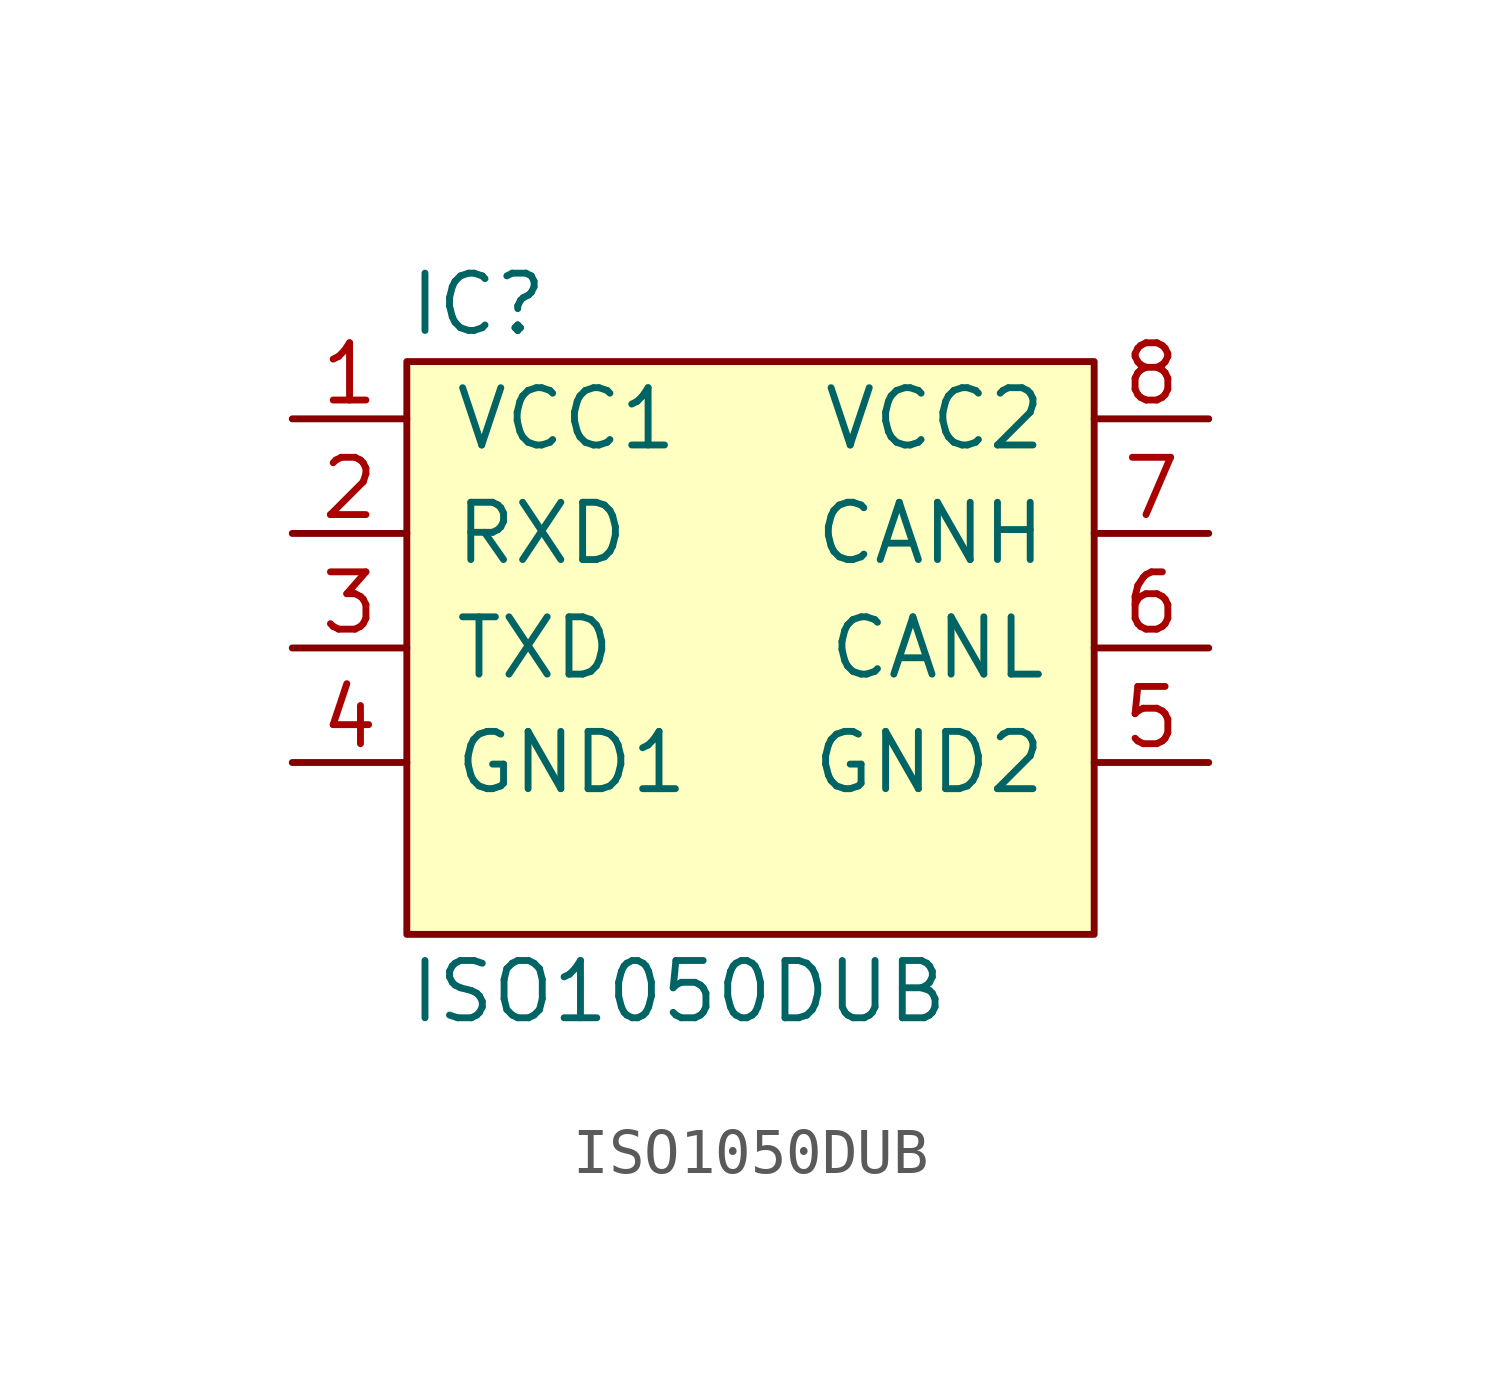
<source format=kicad_sym>
(kicad_symbol_lib
  (version 20211014)
  (generator agg_kicad.build_lib_ic)
  (symbol "ISO1050DUB"
    (pin_names
      (offset 1.016))
    (property Reference IC
      (at -7.62 7.62 0)
      (effects (font (size 1.27 1.27)) (justify left)))
    (property Value "ISO1050DUB"
      (at -7.62 -7.62 0)
      (effects (font (size 1.27 1.27)) (justify left)))
    (symbol "ISO1050DUB_0_0"
      (rectangle (start -7.62 6.35) (end 7.62 -6.35) (stroke (width 0) (type default) (color 0 0 0 0)) (fill (type background)))
      (pin power_in line (at -10.16 5.08 0) (length 2.54) (name "VCC1" (effects (font (size 1.27 1.27)))) (number "1" (effects (font (size 1.27 1.27)))))
      (pin output line (at -10.16 2.54 0) (length 2.54) (name RXD (effects (font (size 1.27 1.27)))) (number "2" (effects (font (size 1.27 1.27)))))
      (pin input line (at -10.16 0 0) (length 2.54) (name TXD (effects (font (size 1.27 1.27)))) (number "3" (effects (font (size 1.27 1.27)))))
      (pin power_in line (at -10.16 -2.54 0) (length 2.54) (name "GND1" (effects (font (size 1.27 1.27)))) (number "4" (effects (font (size 1.27 1.27)))))
      (pin power_in line (at 10.16 5.08 180) (length 2.54) (name "VCC2" (effects (font (size 1.27 1.27)))) (number "8" (effects (font (size 1.27 1.27)))))
      (pin bidirectional line (at 10.16 2.54 180) (length 2.54) (name CANH (effects (font (size 1.27 1.27)))) (number "7" (effects (font (size 1.27 1.27)))))
      (pin bidirectional line (at 10.16 0 180) (length 2.54) (name CANL (effects (font (size 1.27 1.27)))) (number "6" (effects (font (size 1.27 1.27)))))
      (pin power_in line (at 10.16 -2.54 180) (length 2.54) (name "GND2" (effects (font (size 1.27 1.27)))) (number "5" (effects (font (size 1.27 1.27))))))))
</source>
